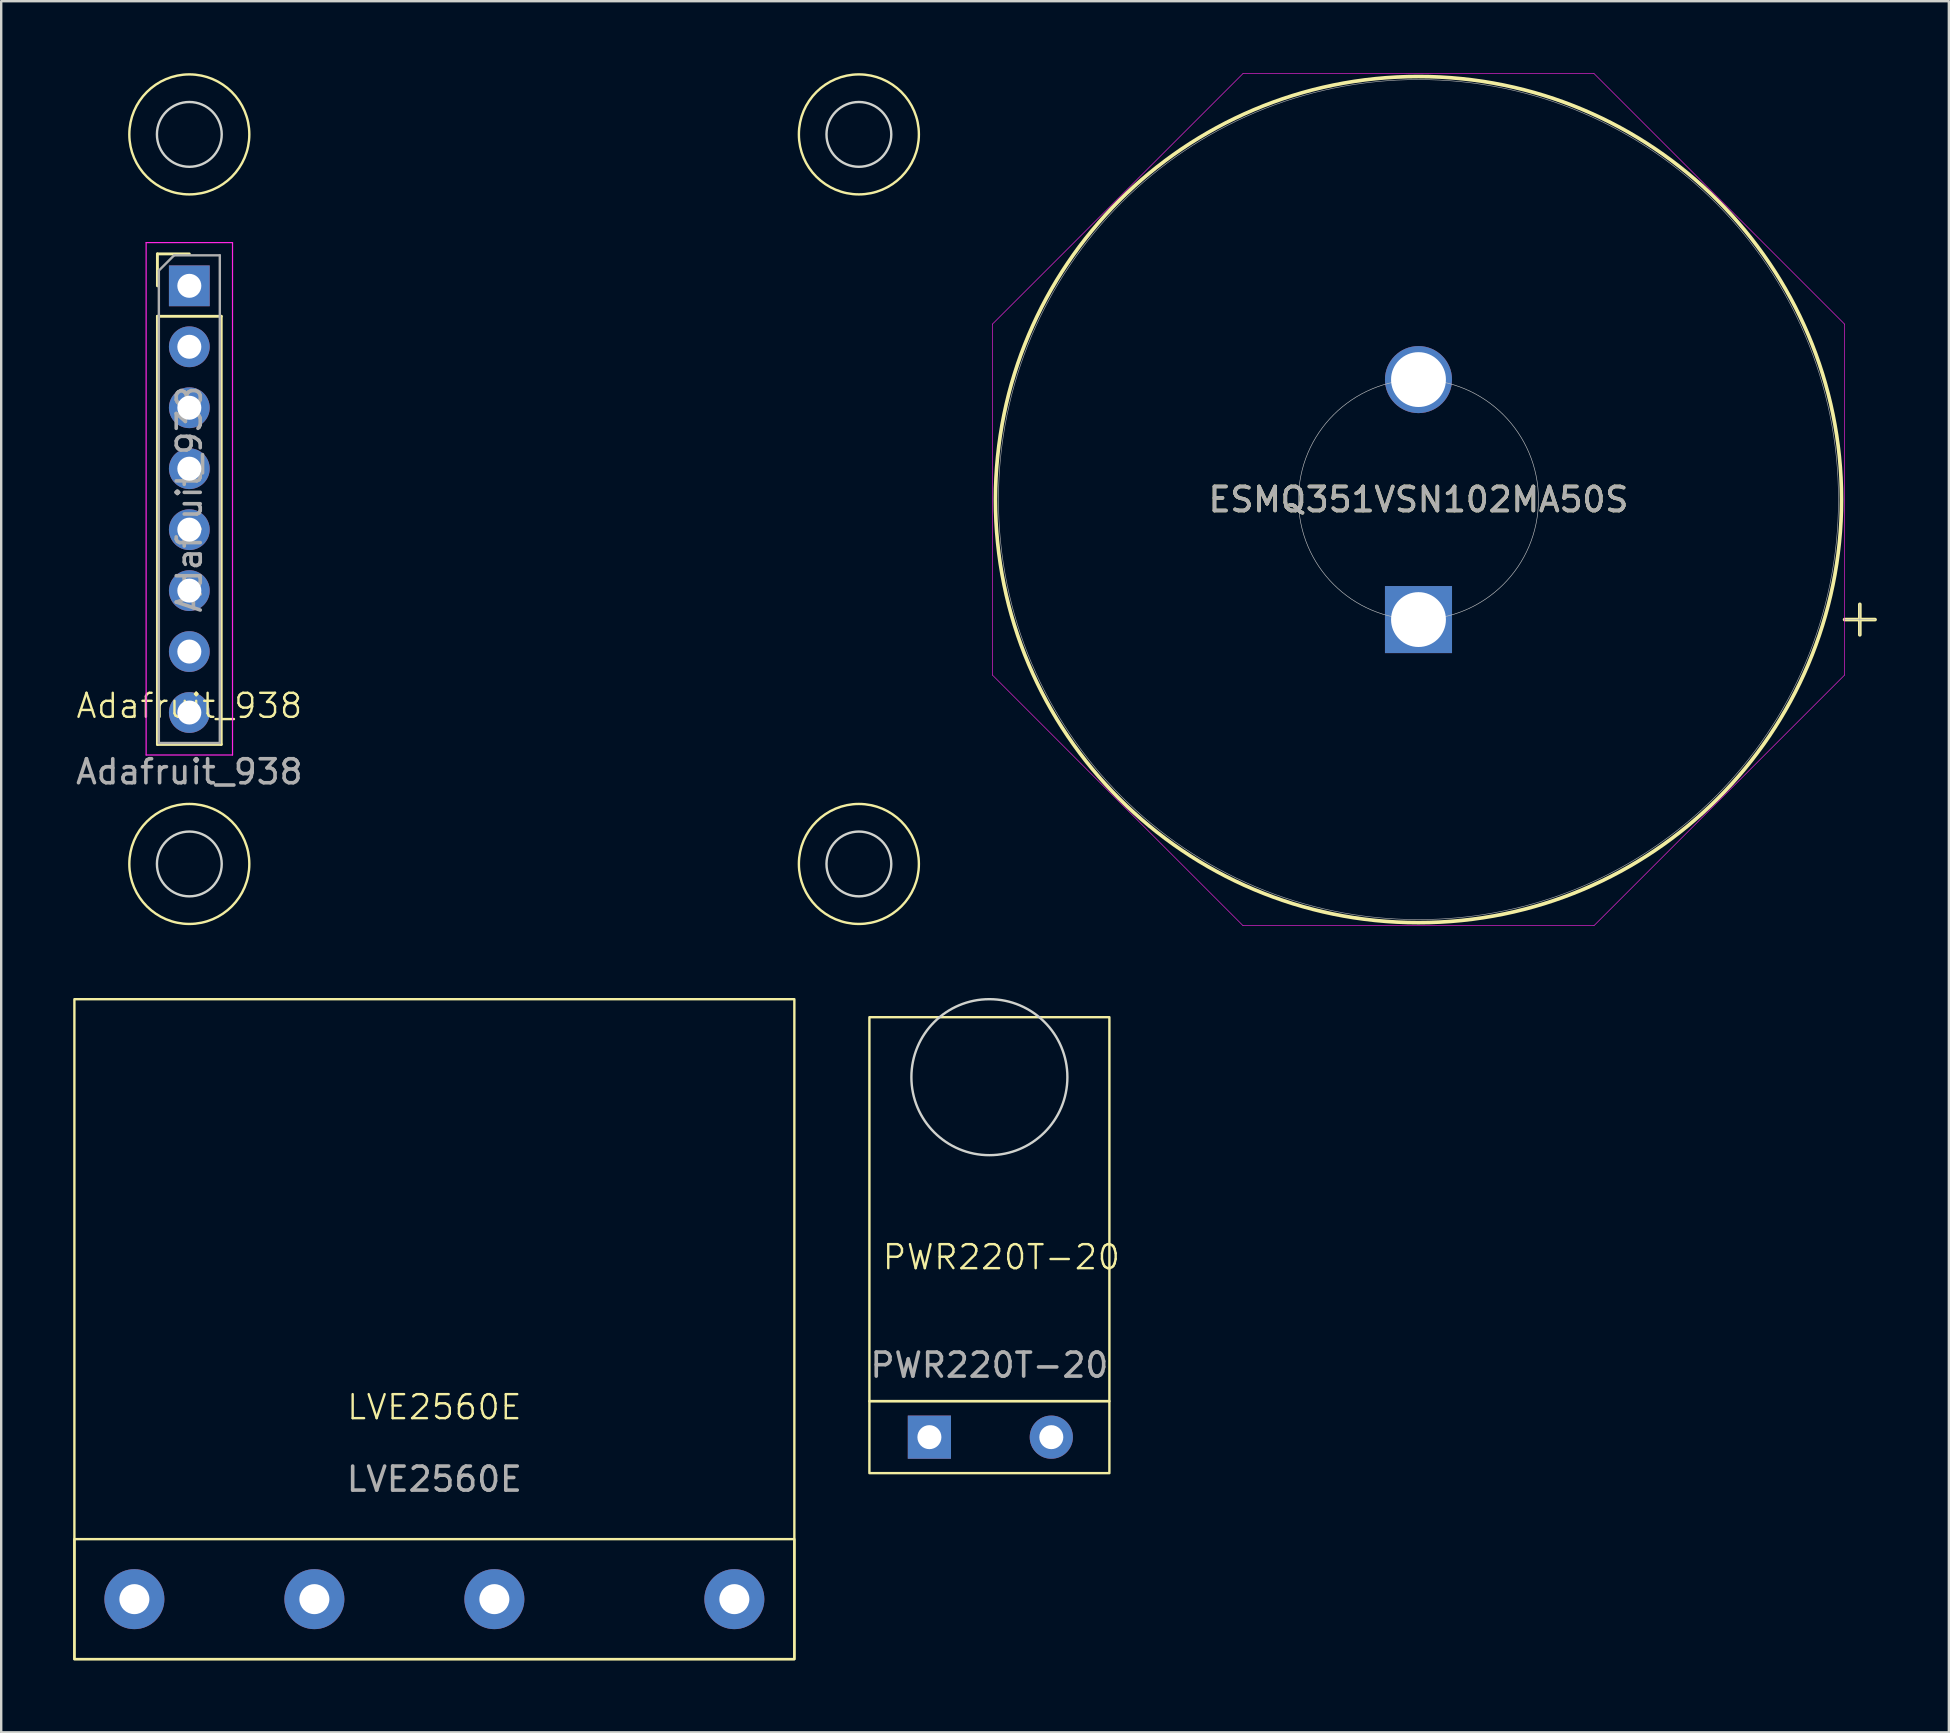
<source format=kicad_pcb>
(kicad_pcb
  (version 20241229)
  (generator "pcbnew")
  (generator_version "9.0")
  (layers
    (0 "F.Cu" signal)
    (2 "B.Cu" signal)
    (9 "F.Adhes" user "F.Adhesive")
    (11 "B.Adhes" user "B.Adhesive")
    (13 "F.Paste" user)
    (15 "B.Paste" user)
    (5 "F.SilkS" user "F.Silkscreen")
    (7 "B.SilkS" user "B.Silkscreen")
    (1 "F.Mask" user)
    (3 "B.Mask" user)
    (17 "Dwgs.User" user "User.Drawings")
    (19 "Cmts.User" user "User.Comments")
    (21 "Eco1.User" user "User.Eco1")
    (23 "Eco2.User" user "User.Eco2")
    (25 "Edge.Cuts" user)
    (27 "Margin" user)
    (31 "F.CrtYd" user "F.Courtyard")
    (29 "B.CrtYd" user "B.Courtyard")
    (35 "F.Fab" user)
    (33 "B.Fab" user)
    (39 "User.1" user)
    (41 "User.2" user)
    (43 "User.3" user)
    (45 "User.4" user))
  (footprint "PWR220T-20"
    (layer "F.Cu")
    (at 35.677 56.835)
    (property "Reference" "PWR220T-20" (at 3 -7.5 0) (unlocked yes) (layer "F.SilkS") (effects (font (size 1 1) (thickness 0.1))))
    (attr through_hole)
    (fp_rect (start -2.5 -1.5) (end 7.5 -17.5) (stroke (width 0.1) (type default)) (fill no) (layer "F.SilkS"))
    (fp_rect (start -2.5 -1.5) (end 7.5 1.5) (stroke (width 0.1) (type default)) (fill no) (layer "F.SilkS"))
    (fp_circle (center 2.5 -15) (end 5.75 -15) (stroke (width 0.1) (type default)) (fill no) (layer "Edge.Cuts"))
    (fp_text user "${REFERENCE}" (at 2.5 -3 0) (unlocked yes) (layer "F.Fab") (effects (font (size 1 1) (thickness 0.15))))
    (pad "1" thru_hole rect (at 0 0) (size 1.8 1.8) (drill 1) (layers "*.Cu" "*.Mask"))
    (pad "2" thru_hole circle (at 5.08 0) (size 1.8 1.8) (drill 1) (layers "*.Cu" "*.Mask")))
  (footprint "LVE2560E"
    (layer "F.Cu")
    (at 2.55 63.585)
    (property "Reference" "LVE2560E" (at 12.5 -8 0) (unlocked yes) (layer "F.SilkS") (effects (font (size 1 1) (thickness 0.1))))
    (attr through_hole)
    (fp_rect (start -2.5 -25) (end 27.5 2.5) (stroke (width 0.1) (type default)) (fill no) (layer "F.SilkS"))
    (fp_rect (start -2.5 -2.5) (end 27.5 2.5) (stroke (width 0.1) (type default)) (fill no) (layer "F.SilkS"))
    (fp_text user "${REFERENCE}" (at 12.5 -5 0) (unlocked yes) (layer "F.Fab") (effects (font (size 1 1) (thickness 0.15))))
    (pad "1" thru_hole circle (at 0 0) (size 2.5 2.5) (drill 1.25) (layers "*.Cu" "*.Mask"))
    (pad "2" thru_hole circle (at 7.5 0) (size 2.5 2.5) (drill 1.25) (layers "*.Cu" "*.Mask"))
    (pad "3" thru_hole circle (at 15 0) (size 2.5 2.5) (drill 1.25) (layers "*.Cu" "*.Mask"))
    (pad "4" thru_hole circle (at 25 0) (size 2.5 2.5) (drill 1.25) (layers "*.Cu" "*.Mask")))
  (footprint "ESMQ351VSN102MA50S"
    (layer "F.Cu")
    (at 56.057 22.767)
    (property "Reference" "ESMQ351VSN102MA50S" (at 0 -5 0) (unlocked yes) (layer "F.SilkS") (effects (font (size 1 1) (thickness 0.15))))
    (attr through_hole)
    (fp_line (start 17.755 0) (end 19.025 0) (stroke (width 0.152) (type solid)) (layer "F.SilkS"))
    (fp_line (start 18.39 -0.635) (end 18.39 0.635) (stroke (width 0.152) (type solid)) (layer "F.SilkS"))
    (fp_circle (center 0 -5) (end 17.628 -5) (stroke (width 0.152) (type solid)) (fill no) (layer "F.SilkS"))
    (fp_circle (center 0 -5) (end 5 -5) (stroke (width 0.025) (type solid)) (fill no) (layer "Dwgs.User"))
    (fp_line (start -17.755 -12.311) (end -7.311 -22.755) (stroke (width 0.025) (type solid)) (layer "F.CrtYd"))
    (fp_line (start -17.755 2.311) (end -17.755 -12.311) (stroke (width 0.025) (type solid)) (layer "F.CrtYd"))
    (fp_line (start -7.311 -22.755) (end 7.311 -22.755) (stroke (width 0.025) (type solid)) (layer "F.CrtYd"))
    (fp_line (start -7.311 12.755) (end -17.755 2.311) (stroke (width 0.025) (type solid)) (layer "F.CrtYd"))
    (fp_line (start 7.311 -22.755) (end 17.755 -12.311) (stroke (width 0.025) (type solid)) (layer "F.CrtYd"))
    (fp_line (start 7.311 12.755) (end -7.311 12.755) (stroke (width 0.025) (type solid)) (layer "F.CrtYd"))
    (fp_line (start 17.755 -12.311) (end 17.755 2.311) (stroke (width 0.025) (type solid)) (layer "F.CrtYd"))
    (fp_line (start 17.755 2.311) (end 7.311 12.755) (stroke (width 0.025) (type solid)) (layer "F.CrtYd"))
    (fp_line (start 17.755 0) (end 19.025 0) (stroke (width 0.025) (type solid)) (layer "F.Fab"))
    (fp_line (start 18.39 -0.635) (end 18.39 0.635) (stroke (width 0.025) (type solid)) (layer "F.Fab"))
    (fp_circle (center 0 -5) (end 17.501 -5) (stroke (width 0.025) (type solid)) (fill no) (layer "F.Fab"))
    (fp_text user "${REFERENCE}" (at 0 -5 0) (unlocked yes) (layer "F.Fab") (effects (font (size 1 1) (thickness 0.15))))
    (pad "1" thru_hole rect (at 0 0) (size 2.794 2.794) (drill 2.286) (layers "*.Cu" "*.Mask"))
    (pad "2" thru_hole circle (at 0 -10) (size 2.794 2.794) (drill 2.286) (layers "*.Cu" "*.Mask")))
  (footprint "Adafruit_938"
    (layer "F.Cu")
    (at 4.839 17.75)
    (property "Reference" "Adafruit_938" (at 0 8.61 0) (unlocked yes) (layer "F.SilkS") (effects (font (size 1 1) (thickness 0.1))))
    (attr through_hole)
    (fp_line (start -1.33 -10.22) (end 0 -10.22) (stroke (width 0.12) (type solid)) (layer "F.SilkS"))
    (fp_line (start -1.33 -8.89) (end -1.33 -10.22) (stroke (width 0.12) (type solid)) (layer "F.SilkS"))
    (fp_line (start -1.33 -7.62) (end -1.33 10.22) (stroke (width 0.12) (type solid)) (layer "F.SilkS"))
    (fp_line (start -1.33 -7.62) (end 1.33 -7.62) (stroke (width 0.12) (type solid)) (layer "F.SilkS"))
    (fp_line (start -1.33 10.22) (end 1.33 10.22) (stroke (width 0.12) (type solid)) (layer "F.SilkS"))
    (fp_line (start 1.33 -7.62) (end 1.33 10.22) (stroke (width 0.12) (type solid)) (layer "F.SilkS"))
    (fp_circle (center 0 -15.2) (end 2.5 -15.2) (stroke (width 0.1) (type default)) (fill no) (layer "F.SilkS"))
    (fp_circle (center 0 15.2) (end 2.5 15.2) (stroke (width 0.1) (type default)) (fill no) (layer "F.SilkS"))
    (fp_circle (center 27.9 -15.2) (end 30.4 -15.2) (stroke (width 0.1) (type default)) (fill no) (layer "F.SilkS"))
    (fp_circle (center 27.9 15.2) (end 30.4 15.2) (stroke (width 0.1) (type default)) (fill no) (layer "F.SilkS"))
    (fp_circle (center 0 -15.2) (end 1.35 -15.2) (stroke (width 0.1) (type default)) (fill no) (layer "Edge.Cuts"))
    (fp_circle (center 0 15.2) (end 1.35 15.2) (stroke (width 0.1) (type default)) (fill no) (layer "Edge.Cuts"))
    (fp_circle (center 27.9 -15.2) (end 29.25 -15.2) (stroke (width 0.1) (type default)) (fill no) (layer "Edge.Cuts"))
    (fp_circle (center 27.9 15.2) (end 29.25 15.2) (stroke (width 0.1) (type default)) (fill no) (layer "Edge.Cuts"))
    (fp_line (start -1.8 -10.69) (end -1.8 10.66) (stroke (width 0.05) (type solid)) (layer "F.CrtYd"))
    (fp_line (start -1.8 10.66) (end 1.8 10.66) (stroke (width 0.05) (type solid)) (layer "F.CrtYd"))
    (fp_line (start 1.8 -10.69) (end -1.8 -10.69) (stroke (width 0.05) (type solid)) (layer "F.CrtYd"))
    (fp_line (start 1.8 10.66) (end 1.8 -10.69) (stroke (width 0.05) (type solid)) (layer "F.CrtYd"))
    (fp_line (start -1.27 -9.525) (end -0.635 -10.16) (stroke (width 0.1) (type solid)) (layer "F.Fab"))
    (fp_line (start -1.27 10.16) (end -1.27 -9.525) (stroke (width 0.1) (type solid)) (layer "F.Fab"))
    (fp_line (start -0.635 -10.16) (end 1.27 -10.16) (stroke (width 0.1) (type solid)) (layer "F.Fab"))
    (fp_line (start 1.27 -10.16) (end 1.27 10.16) (stroke (width 0.1) (type solid)) (layer "F.Fab"))
    (fp_line (start 1.27 10.16) (end -1.27 10.16) (stroke (width 0.1) (type solid)) (layer "F.Fab"))
    (fp_text user "${REFERENCE}" (at 0 0 90) (layer "F.Fab") (effects (font (size 1 1) (thickness 0.15))))
    (fp_text user "${REFERENCE}" (at 0 11.36 0) (unlocked yes) (layer "F.Fab") (effects (font (size 1 1) (thickness 0.15))))
    (pad "1" thru_hole rect (at 0 -8.89) (size 1.7 1.7) (drill 1) (layers "*.Cu" "*.Mask"))
    (pad "2" thru_hole oval (at 0 -6.35) (size 1.7 1.7) (drill 1) (layers "*.Cu" "*.Mask"))
    (pad "3" thru_hole oval (at 0 -3.81) (size 1.7 1.7) (drill 1) (layers "*.Cu" "*.Mask"))
    (pad "4" thru_hole oval (at 0 -1.27) (size 1.7 1.7) (drill 1) (layers "*.Cu" "*.Mask"))
    (pad "5" thru_hole oval (at 0 1.27) (size 1.7 1.7) (drill 1) (layers "*.Cu" "*.Mask"))
    (pad "6" thru_hole oval (at 0 3.81) (size 1.7 1.7) (drill 1) (layers "*.Cu" "*.Mask"))
    (pad "7" thru_hole oval (at 0 6.35) (size 1.7 1.7) (drill 1) (layers "*.Cu" "*.Mask"))
    (pad "8" thru_hole oval (at 0 8.89) (size 1.7 1.7) (drill 1) (layers "*.Cu" "*.Mask")))
  (gr_rect
    (start -3 -3)
    (end 78.157 69.135)
    (stroke (width 0.1) (type default))
    (fill no)
    (layer "Edge.Cuts")))
</source>
